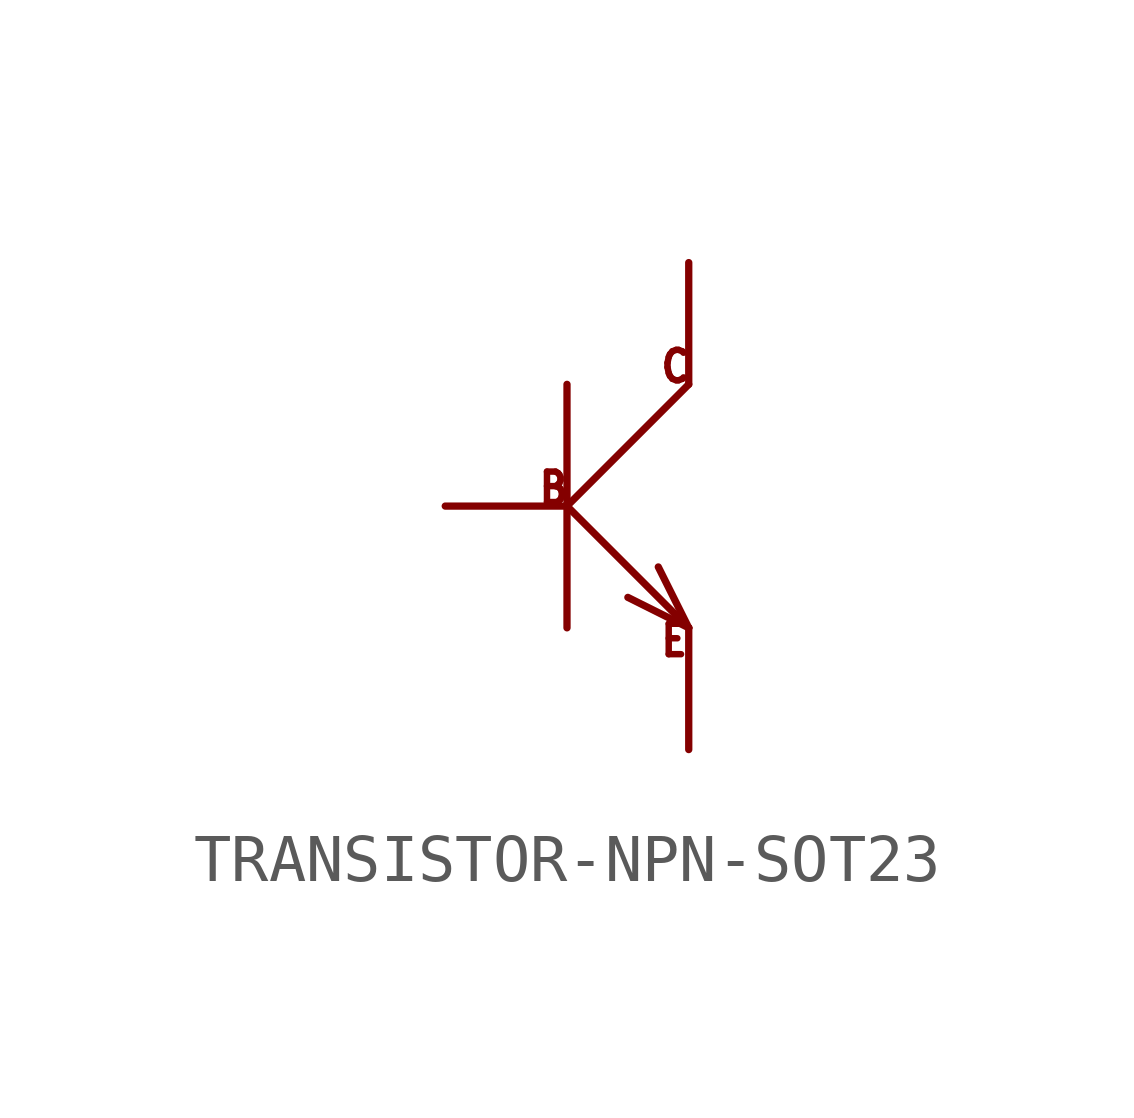
<source format=kicad_sym>
(kicad_symbol_lib
  (version 20231120)
  (generator "kicad_symbol_editor")
  (generator_version "8.0")
  (symbol "TRANSISTOR-NPN-SOT23"
    (property "Reference" "Q"
      (at -2.54 0.635 0)
      (effects (font (size 1.27 1.079)) (justify left bottom) (hide yes)))
    (property "ki_locked" ""
      (at 0 0 0)
      (effects (font (size 1.27 1.27))))
    (symbol "TRANSISTOR-NPN-SOT23_1_0"
      (polyline (pts (xy 0 -2.54) (xy 0 0)) (stroke (width 0.152) (type solid)) (fill (type none)))
      (polyline (pts (xy 0 0) (xy 0 2.54)) (stroke (width 0.152) (type solid)) (fill (type none)))
      (polyline (pts (xy 0 0) (xy 2.54 -2.54)) (stroke (width 0.152) (type solid)) (fill (type none)))
      (polyline (pts (xy 0 0) (xy 2.54 2.54)) (stroke (width 0.152) (type solid)) (fill (type none)))
      (polyline (pts (xy 2.54 -2.54) (xy 1.27 -1.905)) (stroke (width 0.152) (type solid)) (fill (type none)))
      (polyline (pts (xy 2.54 -2.54) (xy 1.905 -1.27)) (stroke (width 0.152) (type solid)) (fill (type none)))
      (text "B" (at -0.635 0 0) (effects (font (size 0.635 0.54)) (justify left bottom)))
      (text "C" (at 1.905 2.54 0) (effects (font (size 0.635 0.54)) (justify left bottom)))
      (text "E" (at 1.905 -3.175 0) (effects (font (size 0.635 0.54)) (justify left bottom)))
      (pin passive line (at -2.54 0 0) (length 2.54) (name "B" (effects (font (size 0 0)))) (number "1" (effects (font (size 0 0)))))
      (pin passive line (at 2.54 -5.08 90) (length 2.54) (name "E" (effects (font (size 0 0)))) (number "2" (effects (font (size 0 0)))))
      (pin passive line (at 2.54 5.08 270) (length 2.54) (name "C" (effects (font (size 0 0)))) (number "3" (effects (font (size 0 0))))))))
</source>
